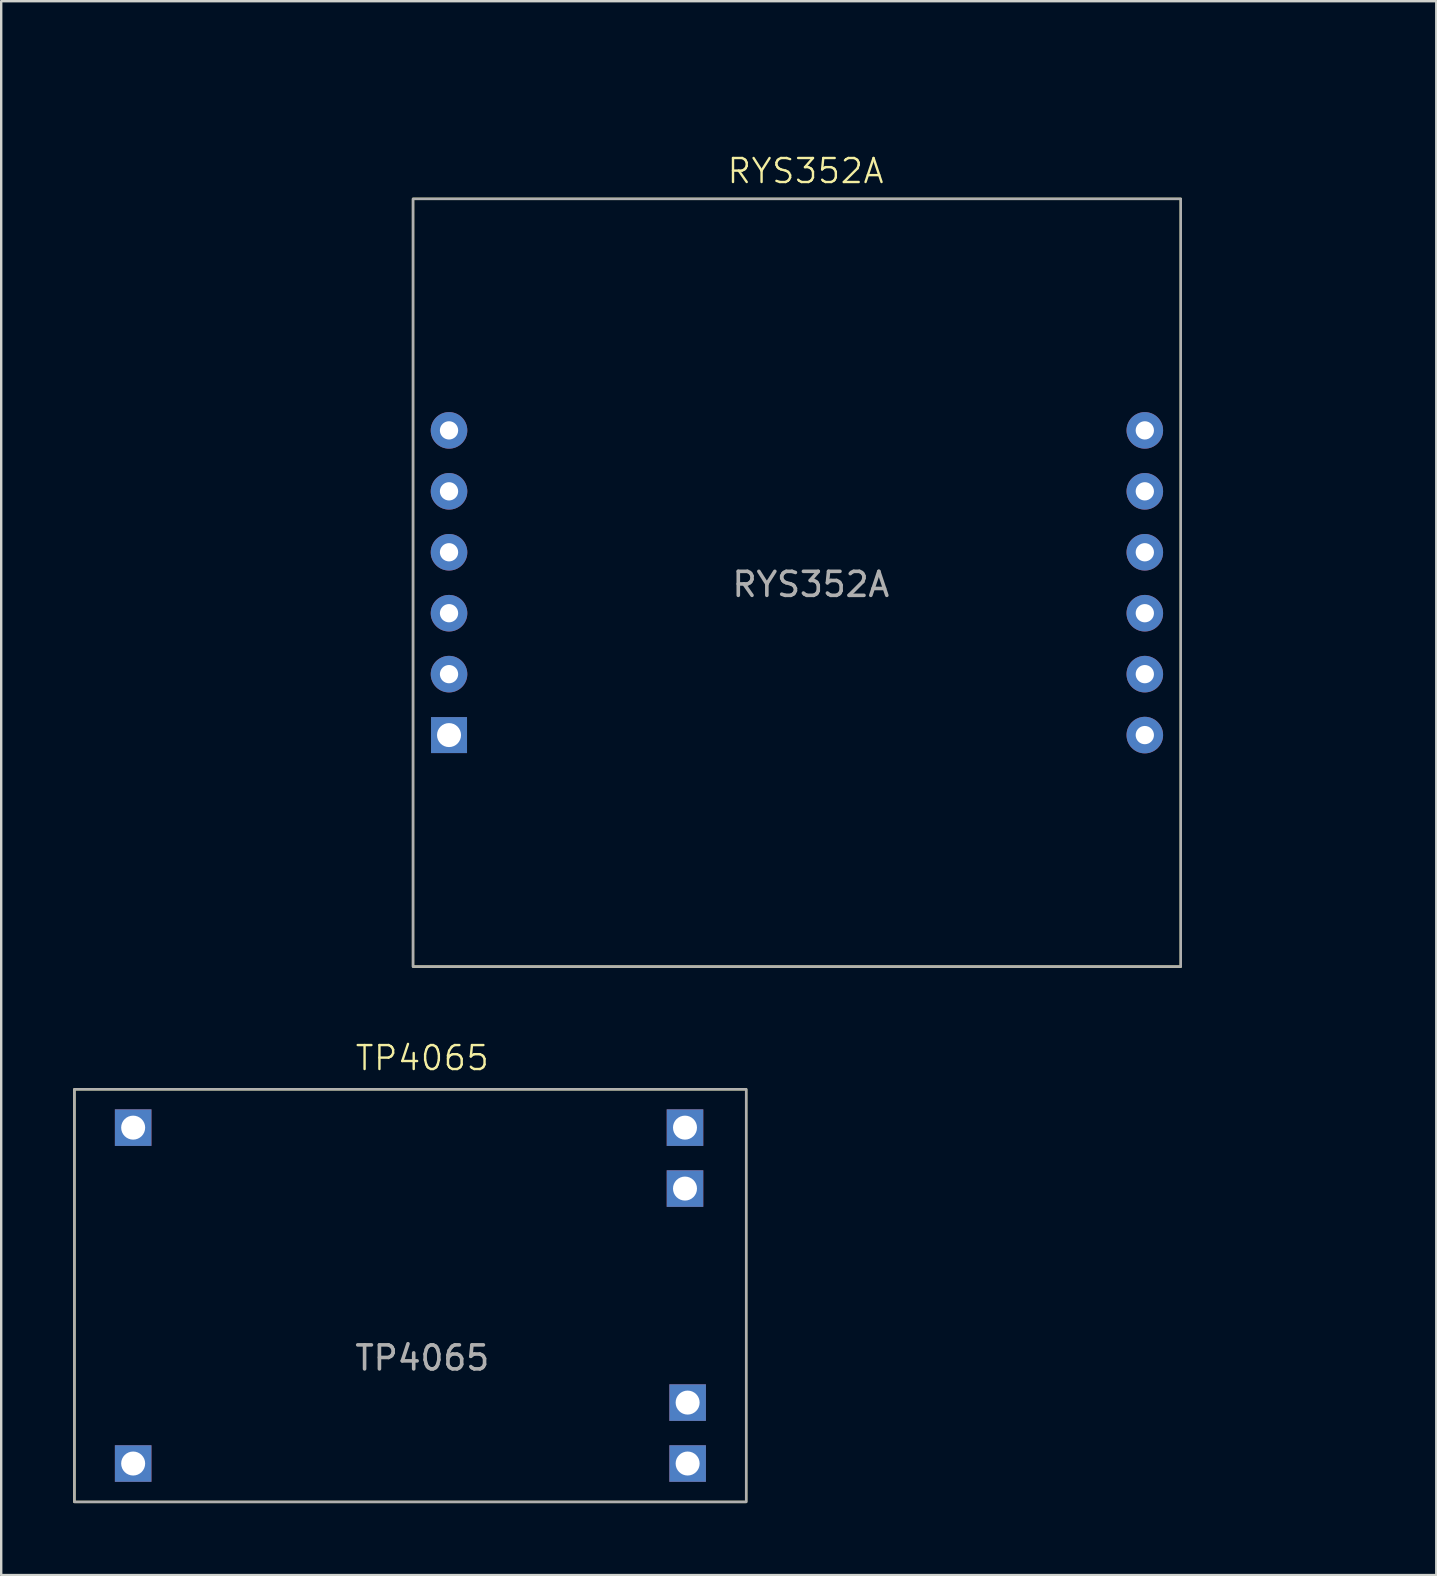
<source format=kicad_pcb>
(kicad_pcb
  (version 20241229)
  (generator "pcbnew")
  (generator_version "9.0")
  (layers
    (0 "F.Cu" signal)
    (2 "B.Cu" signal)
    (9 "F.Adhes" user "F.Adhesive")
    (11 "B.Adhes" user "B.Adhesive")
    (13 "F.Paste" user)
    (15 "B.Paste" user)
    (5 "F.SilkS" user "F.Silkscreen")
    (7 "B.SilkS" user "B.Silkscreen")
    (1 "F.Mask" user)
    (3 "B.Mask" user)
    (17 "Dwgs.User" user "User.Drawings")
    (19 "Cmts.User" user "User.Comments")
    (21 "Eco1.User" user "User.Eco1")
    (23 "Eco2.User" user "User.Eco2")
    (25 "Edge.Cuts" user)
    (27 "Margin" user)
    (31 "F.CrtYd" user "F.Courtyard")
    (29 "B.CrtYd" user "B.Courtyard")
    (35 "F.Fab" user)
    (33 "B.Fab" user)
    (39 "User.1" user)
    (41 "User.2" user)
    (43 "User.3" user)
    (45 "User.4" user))
  (footprint "RYS352A"
    (layer "F.Cu")
    (at 15.665 27.588)
    (property "Reference" "RYS352A" (at 14.86 -23.51 0) (unlocked yes) (layer "F.SilkS") (effects (font (size 1 1) (thickness 0.1))))
    (attr through_hole)
    (fp_rect (start -1.5 -22.35) (end 30.5 9.65) (stroke (width 0.1) (type default)) (fill no) (layer "F.SilkS"))
    (fp_rect (start -1.5 -22.35) (end 30.5 9.65) (stroke (width 0.1) (type default)) (fill no) (layer "F.Fab"))
    (fp_text user "${REFERENCE}" (at 15.08 -6.28 0) (unlocked yes) (layer "F.Fab") (effects (font (size 1 1) (thickness 0.15))))
    (dimension (type aligned) (layer "User.1") (pts (xy 44.665 17.428) (xy 44.665 19.968)) (height -5.84) (format (prefix "") (suffix "") (units 3) (units_format 1) (precision 4)) (style (thickness 0.1) (arrow_length 1.27) (text_position_mode 0) (arrow_direction outward) (extension_height 0.586) (extension_offset 0.5) (keep_text_aligned yes)) (gr_text "2.5400 mm" (at 49.355 18.698 90) (layer "User.1") (effects (font (size 1 1) (thickness 0.15)))))
    (dimension (type orthogonal) (layer "User.1") (pts (xy 14.165 5.238) (xy 14.165 37.238)) (height -8.08) (orientation 1) (format (prefix "") (suffix "") (units 3) (units_format 1) (precision 4)) (style (thickness 0.1) (arrow_length 1.27) (text_position_mode 0) (arrow_direction outward) (extension_height 0.586) (extension_offset 0.5) (keep_text_aligned yes)) (gr_text "32.0000 mm" (at 4.935 21.238 90) (layer "User.1") (effects (font (size 1 1) (thickness 0.15)))))
    (dimension (type orthogonal) (layer "User.1") (pts (xy 15.665 14.888) (xy 15.665 5.238)) (height -4.64) (orientation 1) (format (prefix "") (suffix "") (units 3) (units_format 1) (precision 4)) (style (thickness 0.1) (arrow_length 1.27) (text_position_mode 0) (arrow_direction outward) (extension_height 0.586) (extension_offset 0.5) (keep_text_aligned yes)) (gr_text "9.6500 mm" (at 9.875 10.063 90) (layer "User.1") (effects (font (size 1 1) (thickness 0.15)))))
    (dimension (type orthogonal) (layer "User.1") (pts (xy 14.165 5.238) (xy 46.165 5.238)) (height -3.24) (orientation 0) (format (prefix "") (suffix "") (units 3) (units_format 1) (precision 4)) (style (thickness 0.1) (arrow_length 1.27) (text_position_mode 0) (arrow_direction outward) (extension_height 0.586) (extension_offset 0.5) (keep_text_aligned yes)) (gr_text "32.0000 mm" (at 30.165 0.848 0) (layer "User.1") (effects (font (size 1 1) (thickness 0.15)))))
    (dimension (type orthogonal) (layer "User.1") (pts (xy 44.665 14.888) (xy 46.165 14.988)) (height -2.17) (orientation 0) (format (prefix "") (suffix "") (units 3) (units_format 1) (precision 4)) (style (thickness 0.1) (arrow_length 1.27) (text_position_mode 0) (arrow_direction outward) (extension_height 0.586) (extension_offset 0.5) (keep_text_aligned yes)) (gr_text "1.5000 mm" (at 45.415 11.568 0) (layer "User.1") (effects (font (size 1 1) (thickness 0.15)))))
    (dimension (type orthogonal) (layer "User.1") (pts (xy 15.665 27.588) (xy 15.665 37.238)) (height -4.58) (orientation 1) (format (prefix "") (suffix "") (units 3) (units_format 1) (precision 4)) (style (thickness 0.1) (arrow_length 1.27) (text_position_mode 0) (arrow_direction outward) (extension_height 0.586) (extension_offset 0.5) (keep_text_aligned yes)) (gr_text "9.6500 mm" (at 9.935 32.413 90) (layer "User.1") (effects (font (size 1 1) (thickness 0.15)))))
    (pad "1" thru_hole rect (at 0 0) (size 1.5 1.5) (drill 1) (layers "*.Cu" "*.Mask"))
    (pad "2" thru_hole circle (at 0 -2.54) (size 1.524 1.524) (drill 0.762) (layers "*.Cu" "*.Mask"))
    (pad "3" thru_hole circle (at 0 -5.08) (size 1.524 1.524) (drill 0.762) (layers "*.Cu" "*.Mask"))
    (pad "4" thru_hole circle (at 0 -7.62) (size 1.524 1.524) (drill 0.762) (layers "*.Cu" "*.Mask"))
    (pad "5" thru_hole circle (at 0 -10.16) (size 1.524 1.524) (drill 0.762) (layers "*.Cu" "*.Mask"))
    (pad "6" thru_hole circle (at 0 -12.7) (size 1.524 1.524) (drill 0.762) (layers "*.Cu" "*.Mask"))
    (pad "7" thru_hole circle (at 29 -12.7) (size 1.524 1.524) (drill 0.762) (layers "*.Cu" "*.Mask"))
    (pad "8" thru_hole circle (at 29 -10.16) (size 1.524 1.524) (drill 0.762) (layers "*.Cu" "*.Mask"))
    (pad "9" thru_hole circle (at 29 -7.62) (size 1.524 1.524) (drill 0.762) (layers "*.Cu" "*.Mask"))
    (pad "10" thru_hole circle (at 29 -5.08) (size 1.524 1.524) (drill 0.762) (layers "*.Cu" "*.Mask"))
    (pad "11" thru_hole circle (at 29 -2.54) (size 1.524 1.524) (drill 0.762) (layers "*.Cu" "*.Mask"))
    (pad "12" thru_hole circle (at 29 0) (size 1.524 1.524) (drill 0.762) (layers "*.Cu" "*.Mask")))
  (footprint "TP4065"
    (layer "F.Cu")
    (at 14.55 51.049)
    (property "Reference" "TP4065" (at 0 -10 0) (unlocked yes) (layer "F.SilkS") (effects (font (size 1 1) (thickness 0.1))))
    (attr through_hole)
    (fp_rect (start -14.5 -8.7) (end 13.5 8.5) (stroke (width 0.1) (type default)) (fill no) (layer "F.SilkS"))
    (fp_rect (start -14.5 -8.7) (end 13.5 8.5) (stroke (width 0.1) (type default)) (fill no) (layer "F.Fab"))
    (fp_text user "${REFERENCE}" (at 0 2.5 0) (unlocked yes) (layer "F.Fab") (effects (font (size 1 1) (thickness 0.15))))
    (pad "1" thru_hole rect (at -12.05 -7.1) (size 1.524 1.524) (drill 1) (layers "*.Cu" "*.Mask"))
    (pad "2" thru_hole rect (at -12.05 6.9) (size 1.524 1.524) (drill 1) (layers "*.Cu" "*.Mask"))
    (pad "3" thru_hole rect (at 10.95 -4.56) (size 1.524 1.524) (drill 1) (layers "*.Cu" "*.Mask"))
    (pad "4" thru_hole rect (at 11.06 4.36) (size 1.524 1.524) (drill 1) (layers "*.Cu" "*.Mask"))
    (pad "5" thru_hole rect (at 10.95 -7.1) (size 1.524 1.524) (drill 1) (layers "*.Cu" "*.Mask"))
    (pad "6" thru_hole rect (at 11.06 6.9) (size 1.524 1.524) (drill 1) (layers "*.Cu" "*.Mask")))
  (gr_rect
    (start -3 -3)
    (end 56.813 62.599)
    (stroke (width 0.1) (type default))
    (fill no)
    (layer "Edge.Cuts")))
</source>
